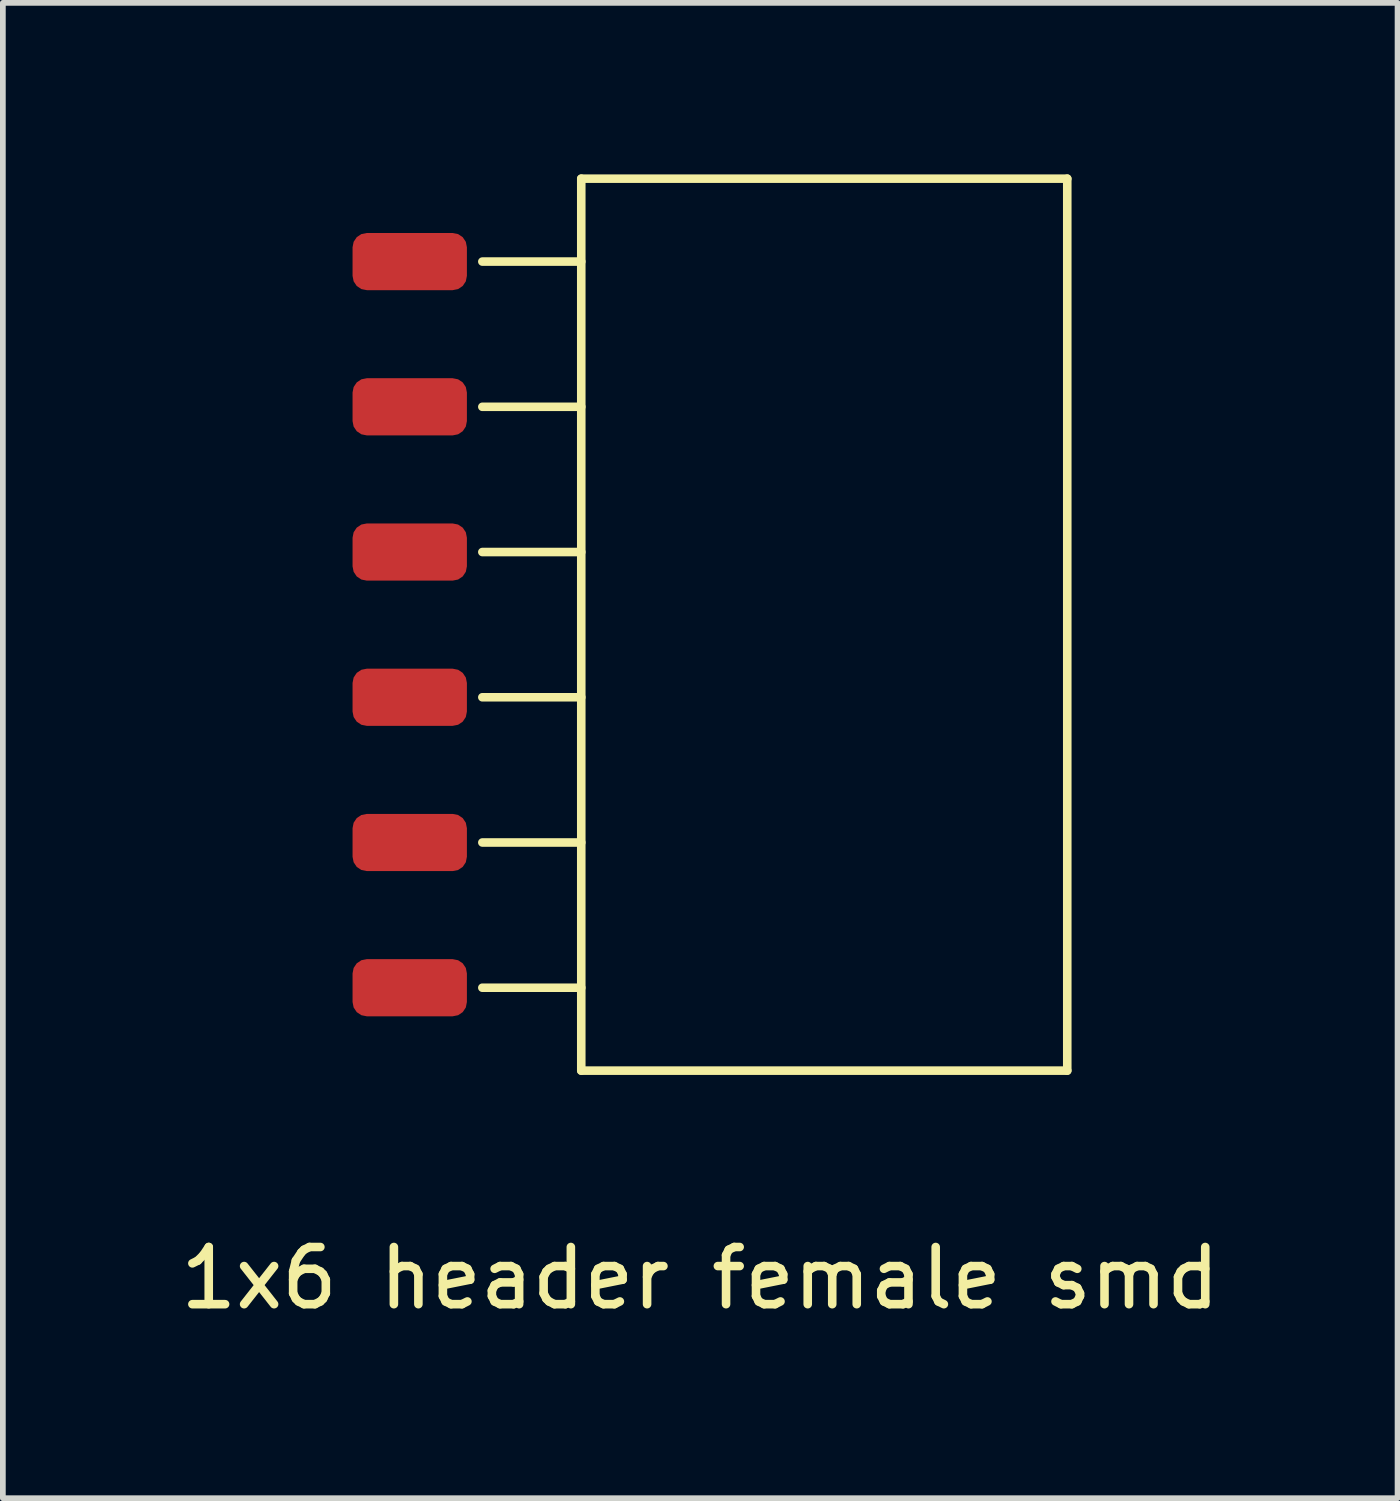
<source format=kicad_pcb>
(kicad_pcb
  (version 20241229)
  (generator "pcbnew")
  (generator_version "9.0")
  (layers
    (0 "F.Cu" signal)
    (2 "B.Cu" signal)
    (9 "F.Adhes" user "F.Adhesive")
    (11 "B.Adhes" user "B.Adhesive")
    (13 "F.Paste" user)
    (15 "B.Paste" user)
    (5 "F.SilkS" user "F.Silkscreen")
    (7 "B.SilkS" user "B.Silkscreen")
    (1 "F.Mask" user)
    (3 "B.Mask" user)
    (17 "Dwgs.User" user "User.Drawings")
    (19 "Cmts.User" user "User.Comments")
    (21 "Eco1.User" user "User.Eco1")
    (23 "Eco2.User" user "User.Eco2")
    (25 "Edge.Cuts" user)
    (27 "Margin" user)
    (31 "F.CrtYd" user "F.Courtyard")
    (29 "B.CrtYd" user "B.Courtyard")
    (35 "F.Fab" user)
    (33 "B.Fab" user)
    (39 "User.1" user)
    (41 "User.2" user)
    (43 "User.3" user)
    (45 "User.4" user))
  (footprint "1x6 header female smd"
    (layer "F.Cu")
    (at 4.116 7.875)
    (property "Reference" "1x6 header female smd" (at 5.08 11.43 0) (layer "F.SilkS") (effects (font (size 1 1) (thickness 0.15))))
    (attr through_hole)
    (fp_line (start 1.27 -6.35) (end 3 -6.35) (stroke (width 0.15) (type solid)) (layer "F.SilkS"))
    (fp_line (start 1.27 -3.81) (end 3 -3.81) (stroke (width 0.15) (type solid)) (layer "F.SilkS"))
    (fp_line (start 1.27 -1.27) (end 3 -1.27) (stroke (width 0.15) (type solid)) (layer "F.SilkS"))
    (fp_line (start 1.27 1.27) (end 3 1.27) (stroke (width 0.15) (type solid)) (layer "F.SilkS"))
    (fp_line (start 1.27 3.81) (end 3 3.81) (stroke (width 0.15) (type solid)) (layer "F.SilkS"))
    (fp_line (start 1.27 6.35) (end 3 6.35) (stroke (width 0.15) (type solid)) (layer "F.SilkS"))
    (fp_line (start 3 -7.8) (end 3 7.8) (stroke (width 0.15) (type solid)) (layer "F.SilkS"))
    (fp_line (start 11.5 -7.8) (end 3 -7.8) (stroke (width 0.15) (type solid)) (layer "F.SilkS"))
    (fp_line (start 11.5 -7.8) (end 11.5 7.8) (stroke (width 0.15) (type solid)) (layer "F.SilkS"))
    (fp_line (start 11.5 7.8) (end 3 7.8) (stroke (width 0.15) (type solid)) (layer "F.SilkS"))
    (pad "1" smd roundrect (at 0 -6.35) (size 2 1) (layers "F.Cu" "F.Mask" "F.Paste") (roundrect_rratio 0.25))
    (pad "2" smd roundrect (at 0 -3.81) (size 2 1) (layers "F.Cu" "F.Mask" "F.Paste") (roundrect_rratio 0.25))
    (pad "3" smd roundrect (at 0 -1.27) (size 2 1) (layers "F.Cu" "F.Mask" "F.Paste") (roundrect_rratio 0.25))
    (pad "4" smd roundrect (at 0 1.27) (size 2 1) (layers "F.Cu" "F.Mask" "F.Paste") (roundrect_rratio 0.25))
    (pad "5" smd roundrect (at 0 3.81) (size 2 1) (layers "F.Cu" "F.Mask" "F.Paste") (roundrect_rratio 0.25))
    (pad "6" smd roundrect (at 0 6.35) (size 2 1) (layers "F.Cu" "F.Mask" "F.Paste") (roundrect_rratio 0.25)))
  (gr_rect
    (start -3 -3)
    (end 21.393 23.153)
    (stroke (width 0.1) (type default))
    (fill no)
    (layer "Edge.Cuts")))
</source>
